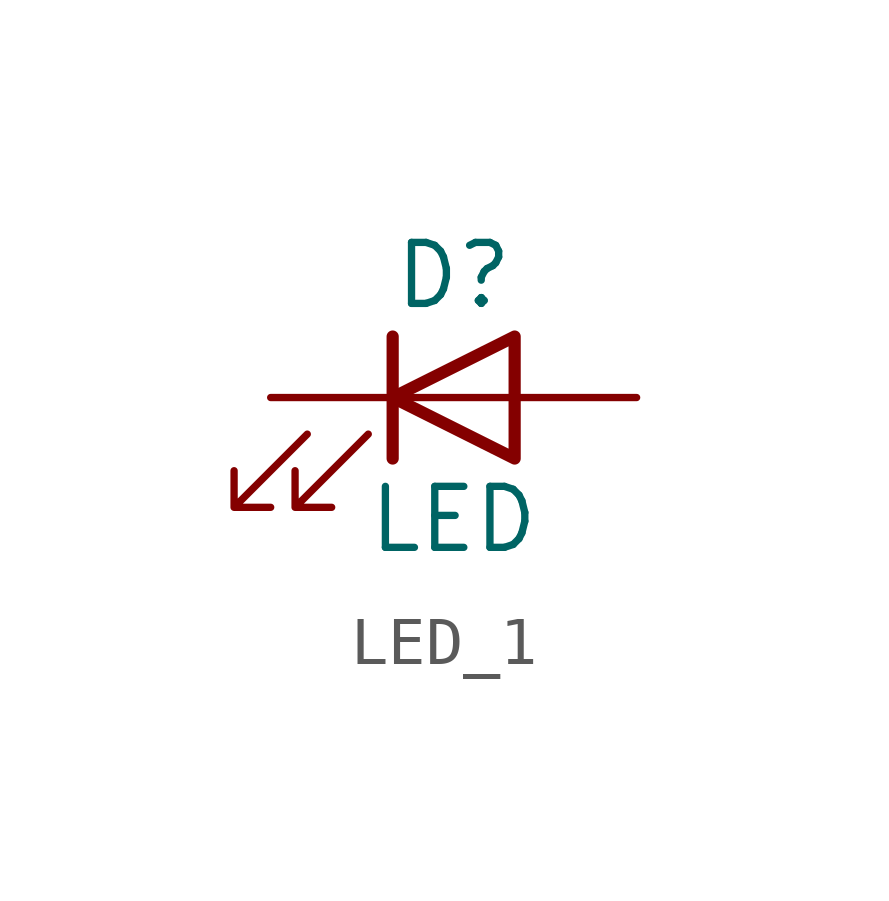
<source format=kicad_sym>
(kicad_symbol_lib
  (version 20241209)
  (generator "kicad_symbol_editor")
  (generator_version "9.0")
  (symbol "LED_1"
    (pin_numbers
      (hide yes))
    (pin_names
      (offset 1.016)
      (hide yes))
    (property "Reference" "D"
      (at 0 2.54 0)
      (effects (font (size 1.27 1.27))))
    (property "Value" "LED"
      (at 0 -2.54 0)
      (effects (font (size 1.27 1.27))))
    (symbol "LED_1_0_1"
      (polyline (pts (xy -3.048 -0.762) (xy -4.572 -2.286) (xy -3.81 -2.286) (xy -4.572 -2.286) (xy -4.572 -1.524)) (stroke (width 0) (type default)) (fill (type none)))
      (polyline (pts (xy -1.778 -0.762) (xy -3.302 -2.286) (xy -2.54 -2.286) (xy -3.302 -2.286) (xy -3.302 -1.524)) (stroke (width 0) (type default)) (fill (type none)))
      (polyline (pts (xy -1.27 0) (xy 1.27 0)) (stroke (width 0) (type default)) (fill (type none)))
      (polyline (pts (xy -1.27 -1.27) (xy -1.27 1.27)) (stroke (width 0.254) (type default)) (fill (type none)))
      (polyline (pts (xy 1.27 -1.27) (xy 1.27 1.27) (xy -1.27 0) (xy 1.27 -1.27)) (stroke (width 0.254) (type default)) (fill (type none))))
    (symbol "LED_1_1_1"
      (pin passive line (at -3.81 0 0) (length 2.54) (name "K" (effects (font (size 1.27 1.27)))) (number "1" (effects (font (size 1.27 1.27)))))
      (pin passive line (at 3.81 0 180) (length 2.54) (name "A" (effects (font (size 1.27 1.27)))) (number "2" (effects (font (size 1.27 1.27))))))))
</source>
